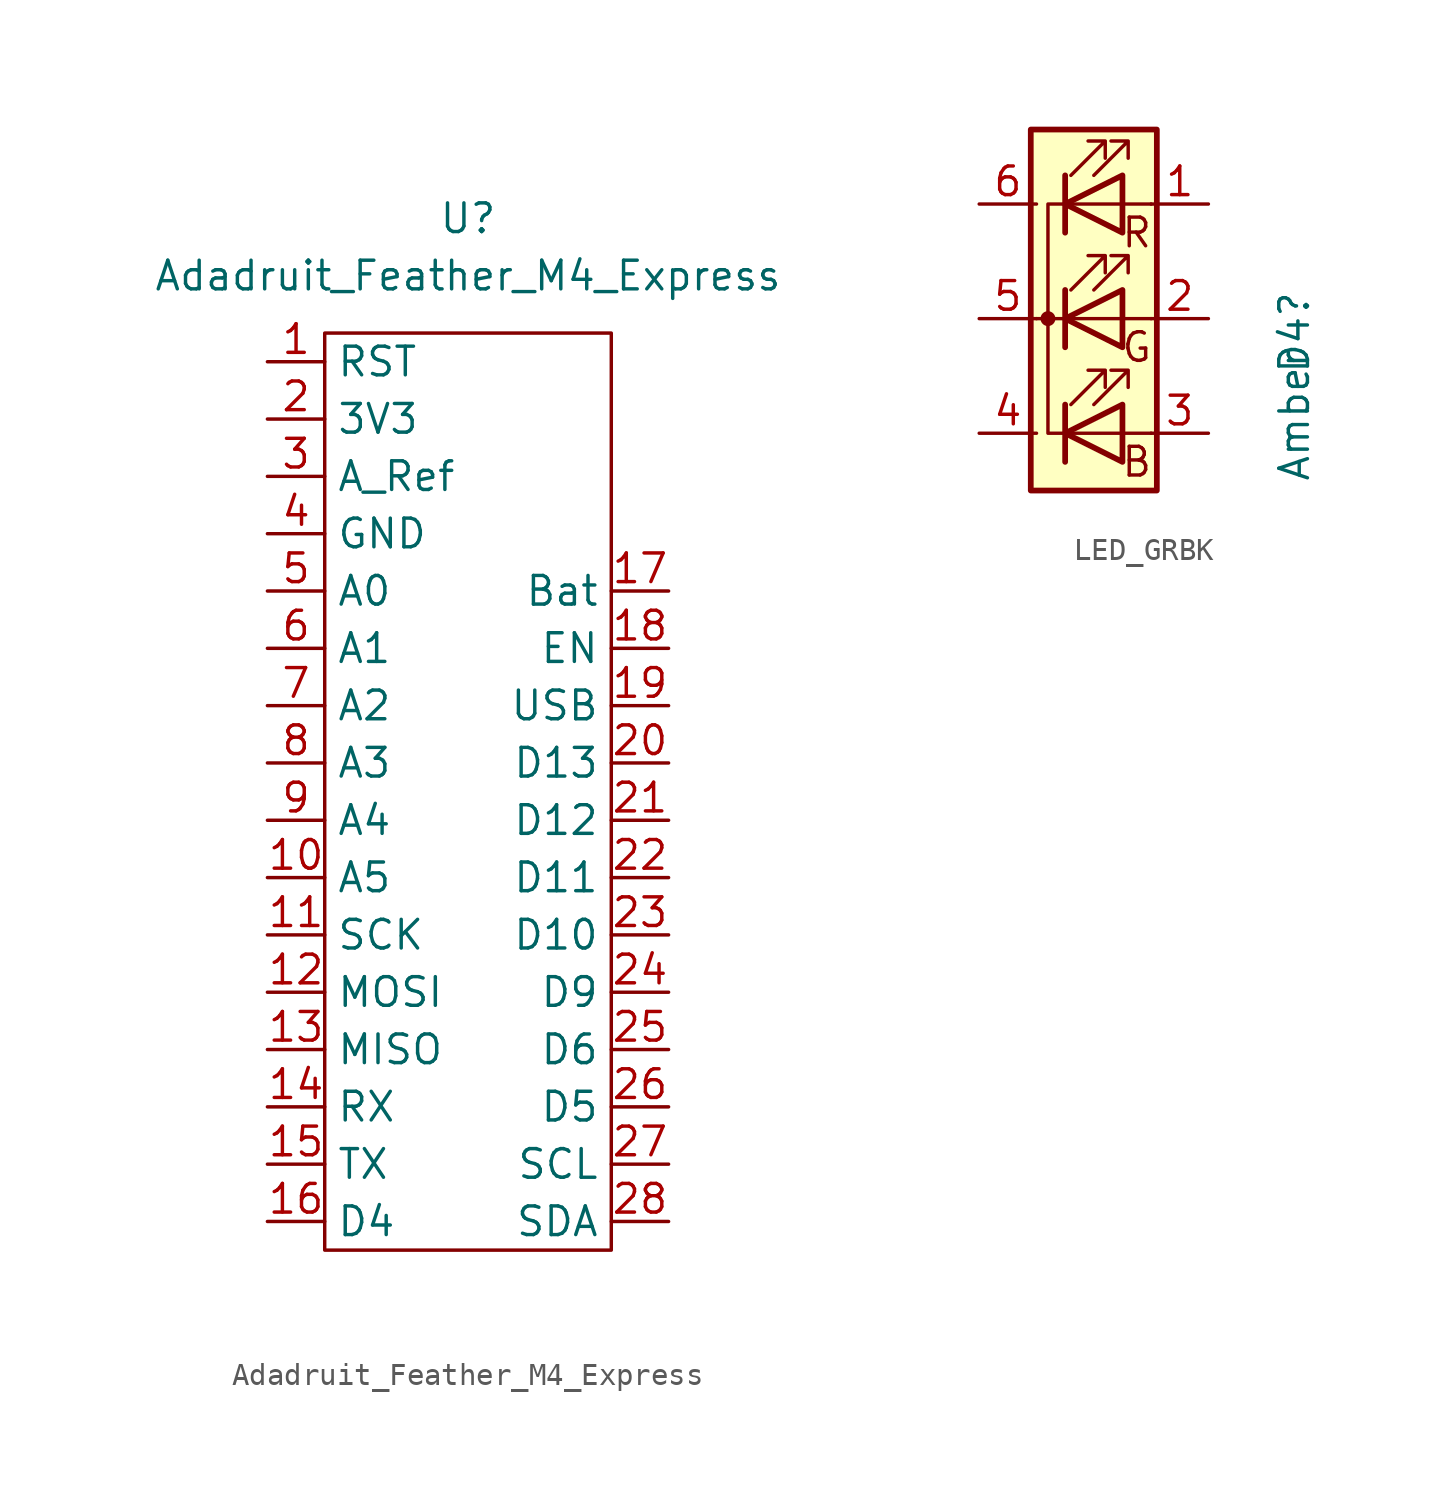
<source format=kicad_sym>
(kicad_symbol_lib
  (version 20211014)
  (generator kicad_symbol_editor)
  (symbol "Adadruit_Feather_M4_Express"
    (property "Reference" "U"
      (at 0 0 0)
      (effects (font (size 1.27 1.27))))
    (property "Value" "Adadruit_Feather_M4_Express"
      (at 0 -2.54 0)
      (effects (font (size 1.27 1.27))))
    (symbol "Adadruit_Feather_M4_Express_0_1"
      (rectangle (start -6.35 -5.08) (end 6.35 -45.72) (stroke (width 0) (type default) (color 0 0 0 0)) (fill (type none))))
    (symbol "Adadruit_Feather_M4_Express_1_1"
      (pin input line (at -8.89 -6.35 0) (length 2.54) (name "RST" (effects (font (size 1.27 1.27)))) (number "1" (effects (font (size 1.27 1.27)))))
      (pin input line (at -8.89 -29.21 0) (length 2.54) (name "A5" (effects (font (size 1.27 1.27)))) (number "10" (effects (font (size 1.27 1.27)))))
      (pin input line (at -8.89 -31.75 0) (length 2.54) (name "SCK" (effects (font (size 1.27 1.27)))) (number "11" (effects (font (size 1.27 1.27)))))
      (pin input line (at -8.89 -34.29 0) (length 2.54) (name "MOSI" (effects (font (size 1.27 1.27)))) (number "12" (effects (font (size 1.27 1.27)))))
      (pin input line (at -8.89 -36.83 0) (length 2.54) (name "MISO" (effects (font (size 1.27 1.27)))) (number "13" (effects (font (size 1.27 1.27)))))
      (pin input line (at -8.89 -39.37 0) (length 2.54) (name "RX" (effects (font (size 1.27 1.27)))) (number "14" (effects (font (size 1.27 1.27)))))
      (pin input line (at -8.89 -41.91 0) (length 2.54) (name "TX" (effects (font (size 1.27 1.27)))) (number "15" (effects (font (size 1.27 1.27)))))
      (pin input line (at -8.89 -44.45 0) (length 2.54) (name "D4" (effects (font (size 1.27 1.27)))) (number "16" (effects (font (size 1.27 1.27)))))
      (pin input line (at 8.89 -16.51 180) (length 2.54) (name "Bat" (effects (font (size 1.27 1.27)))) (number "17" (effects (font (size 1.27 1.27)))))
      (pin input line (at 8.89 -19.05 180) (length 2.54) (name "EN" (effects (font (size 1.27 1.27)))) (number "18" (effects (font (size 1.27 1.27)))))
      (pin input line (at 8.89 -21.59 180) (length 2.54) (name "USB" (effects (font (size 1.27 1.27)))) (number "19" (effects (font (size 1.27 1.27)))))
      (pin input line (at -8.89 -8.89 0) (length 2.54) (name "3V3" (effects (font (size 1.27 1.27)))) (number "2" (effects (font (size 1.27 1.27)))))
      (pin input line (at 8.89 -24.13 180) (length 2.54) (name "D13" (effects (font (size 1.27 1.27)))) (number "20" (effects (font (size 1.27 1.27)))))
      (pin input line (at 8.89 -26.67 180) (length 2.54) (name "D12" (effects (font (size 1.27 1.27)))) (number "21" (effects (font (size 1.27 1.27)))))
      (pin input line (at 8.89 -29.21 180) (length 2.54) (name "D11" (effects (font (size 1.27 1.27)))) (number "22" (effects (font (size 1.27 1.27)))))
      (pin input line (at 8.89 -31.75 180) (length 2.54) (name "D10" (effects (font (size 1.27 1.27)))) (number "23" (effects (font (size 1.27 1.27)))))
      (pin input line (at 8.89 -34.29 180) (length 2.54) (name "D9" (effects (font (size 1.27 1.27)))) (number "24" (effects (font (size 1.27 1.27)))))
      (pin input line (at 8.89 -36.83 180) (length 2.54) (name "D6" (effects (font (size 1.27 1.27)))) (number "25" (effects (font (size 1.27 1.27)))))
      (pin input line (at 8.89 -39.37 180) (length 2.54) (name "D5" (effects (font (size 1.27 1.27)))) (number "26" (effects (font (size 1.27 1.27)))))
      (pin input line (at 8.89 -41.91 180) (length 2.54) (name "SCL" (effects (font (size 1.27 1.27)))) (number "27" (effects (font (size 1.27 1.27)))))
      (pin input line (at 8.89 -44.45 180) (length 2.54) (name "SDA" (effects (font (size 1.27 1.27)))) (number "28" (effects (font (size 1.27 1.27)))))
      (pin input line (at -8.89 -11.43 0) (length 2.54) (name "A_Ref" (effects (font (size 1.27 1.27)))) (number "3" (effects (font (size 1.27 1.27)))))
      (pin input line (at -8.89 -13.97 0) (length 2.54) (name "GND" (effects (font (size 1.27 1.27)))) (number "4" (effects (font (size 1.27 1.27)))))
      (pin input line (at -8.89 -16.51 0) (length 2.54) (name "A0" (effects (font (size 1.27 1.27)))) (number "5" (effects (font (size 1.27 1.27)))))
      (pin input line (at -8.89 -19.05 0) (length 2.54) (name "A1" (effects (font (size 1.27 1.27)))) (number "6" (effects (font (size 1.27 1.27)))))
      (pin input line (at -8.89 -21.59 0) (length 2.54) (name "A2" (effects (font (size 1.27 1.27)))) (number "7" (effects (font (size 1.27 1.27)))))
      (pin input line (at -8.89 -24.13 0) (length 2.54) (name "A3" (effects (font (size 1.27 1.27)))) (number "8" (effects (font (size 1.27 1.27)))))
      (pin input line (at -8.89 -26.67 0) (length 2.54) (name "A4" (effects (font (size 1.27 1.27)))) (number "9" (effects (font (size 1.27 1.27)))))))
  (symbol "LED_GRBK"
    (pin_names
      (offset 0) hide)
    (property "Reference" "D4"
      (at 8.89 1.27 90)
      (effects (font (size 1.27 1.27)) (justify right)))
    (property "Value" "Amber"
      (at 8.89 -1.27 90)
      (effects (font (size 1.27 1.27)) (justify right)))
    (symbol "LED_GRBK_0_0"
      (text "B" (at 1.905 -6.35 0) (effects (font (size 1.27 1.27))))
      (text "G" (at 1.905 -1.27 0) (effects (font (size 1.27 1.27))))
      (text "R" (at 1.905 3.81 0) (effects (font (size 1.27 1.27)))))
    (symbol "LED_GRBK_0_1"
      (circle (center -2.032 0) (radius 0.254) (stroke (width 0) (type default) (color 0 0 0 0)) (fill (type outline)))
      (polyline (pts (xy -1.27 -5.08) (xy 1.27 -5.08)) (stroke (width 0) (type default) (color 0 0 0 0)) (fill (type none)))
      (polyline (pts (xy -1.27 -3.81) (xy -1.27 -6.35)) (stroke (width 0.254) (type default) (color 0 0 0 0)) (fill (type none)))
      (polyline (pts (xy -1.27 0) (xy -2.54 0)) (stroke (width 0) (type default) (color 0 0 0 0)) (fill (type none)))
      (polyline (pts (xy -1.27 1.27) (xy -1.27 -1.27)) (stroke (width 0.254) (type default) (color 0 0 0 0)) (fill (type none)))
      (polyline (pts (xy -1.27 5.08) (xy 1.27 5.08)) (stroke (width 0) (type default) (color 0 0 0 0)) (fill (type none)))
      (polyline (pts (xy -1.27 6.35) (xy -1.27 3.81)) (stroke (width 0.254) (type default) (color 0 0 0 0)) (fill (type none)))
      (polyline (pts (xy 1.27 -5.08) (xy 2.54 -5.08)) (stroke (width 0) (type default) (color 0 0 0 0)) (fill (type none)))
      (polyline (pts (xy 1.27 0) (xy -1.27 0)) (stroke (width 0) (type default) (color 0 0 0 0)) (fill (type none)))
      (polyline (pts (xy 1.27 0) (xy 2.54 0)) (stroke (width 0) (type default) (color 0 0 0 0)) (fill (type none)))
      (polyline (pts (xy 1.27 5.08) (xy 2.54 5.08)) (stroke (width 0) (type default) (color 0 0 0 0)) (fill (type none)))
      (polyline (pts (xy -1.27 1.27) (xy -1.27 -1.27) (xy -1.27 -1.27)) (stroke (width 0) (type default) (color 0 0 0 0)) (fill (type none)))
      (polyline (pts (xy -1.27 6.35) (xy -1.27 3.81) (xy -1.27 3.81)) (stroke (width 0) (type default) (color 0 0 0 0)) (fill (type none)))
      (polyline (pts (xy -1.27 5.08) (xy -2.032 5.08) (xy -2.032 -5.08) (xy -1.016 -5.08)) (stroke (width 0) (type default) (color 0 0 0 0)) (fill (type none)))
      (polyline (pts (xy 1.27 -3.81) (xy 1.27 -6.35) (xy -1.27 -5.08) (xy 1.27 -3.81)) (stroke (width 0.254) (type default) (color 0 0 0 0)) (fill (type none)))
      (polyline (pts (xy 1.27 1.27) (xy 1.27 -1.27) (xy -1.27 0) (xy 1.27 1.27)) (stroke (width 0.254) (type default) (color 0 0 0 0)) (fill (type none)))
      (polyline (pts (xy 1.27 6.35) (xy 1.27 3.81) (xy -1.27 5.08) (xy 1.27 6.35)) (stroke (width 0.254) (type default) (color 0 0 0 0)) (fill (type none)))
      (polyline (pts (xy -1.016 -3.81) (xy 0.508 -2.286) (xy -0.254 -2.286) (xy 0.508 -2.286) (xy 0.508 -3.048)) (stroke (width 0) (type default) (color 0 0 0 0)) (fill (type none)))
      (polyline (pts (xy -1.016 1.27) (xy 0.508 2.794) (xy -0.254 2.794) (xy 0.508 2.794) (xy 0.508 2.032)) (stroke (width 0) (type default) (color 0 0 0 0)) (fill (type none)))
      (polyline (pts (xy -1.016 6.35) (xy 0.508 7.874) (xy -0.254 7.874) (xy 0.508 7.874) (xy 0.508 7.112)) (stroke (width 0) (type default) (color 0 0 0 0)) (fill (type none)))
      (polyline (pts (xy 0 -3.81) (xy 1.524 -2.286) (xy 0.762 -2.286) (xy 1.524 -2.286) (xy 1.524 -3.048)) (stroke (width 0) (type default) (color 0 0 0 0)) (fill (type none)))
      (polyline (pts (xy 0 1.27) (xy 1.524 2.794) (xy 0.762 2.794) (xy 1.524 2.794) (xy 1.524 2.032)) (stroke (width 0) (type default) (color 0 0 0 0)) (fill (type none)))
      (polyline (pts (xy 0 6.35) (xy 1.524 7.874) (xy 0.762 7.874) (xy 1.524 7.874) (xy 1.524 7.112)) (stroke (width 0) (type default) (color 0 0 0 0)) (fill (type none)))
      (rectangle (start 1.27 -1.27) (end 1.27 1.27) (stroke (width 0) (type default) (color 0 0 0 0)) (fill (type none)))
      (rectangle (start 1.27 1.27) (end 1.27 1.27) (stroke (width 0) (type default) (color 0 0 0 0)) (fill (type none)))
      (rectangle (start 1.27 3.81) (end 1.27 6.35) (stroke (width 0) (type default) (color 0 0 0 0)) (fill (type none)))
      (rectangle (start 1.27 6.35) (end 1.27 6.35) (stroke (width 0) (type default) (color 0 0 0 0)) (fill (type none)))
      (rectangle (start 2.794 8.382) (end -2.794 -7.62) (stroke (width 0.254) (type default) (color 0 0 0 0)) (fill (type background))))
    (symbol "LED_GRBK_1_1"
      (pin passive line (at 5.08 5.08 180) (length 2.54) (name "RA" (effects (font (size 1.27 1.27)))) (number "1" (effects (font (size 1.27 1.27)))))
      (pin passive line (at 5.08 0 180) (length 2.54) (name "GA" (effects (font (size 1.27 1.27)))) (number "2" (effects (font (size 1.27 1.27)))))
      (pin passive line (at 5.08 -5.08 180) (length 2.54) (name "BA" (effects (font (size 1.27 1.27)))) (number "3" (effects (font (size 1.27 1.27)))))
      (pin passive line (at -5.08 -5.08 0) (length 2.54) (name "BC" (effects (font (size 1.27 1.27)))) (number "4" (effects (font (size 1.27 1.27)))))
      (pin passive line (at -5.08 0 0) (length 2.54) (name "K" (effects (font (size 1.27 1.27)))) (number "5" (effects (font (size 1.27 1.27)))))
      (pin passive line (at -5.08 5.08 0) (length 2.54) (name "RC" (effects (font (size 1.27 1.27)))) (number "6" (effects (font (size 1.27 1.27))))))))
</source>
